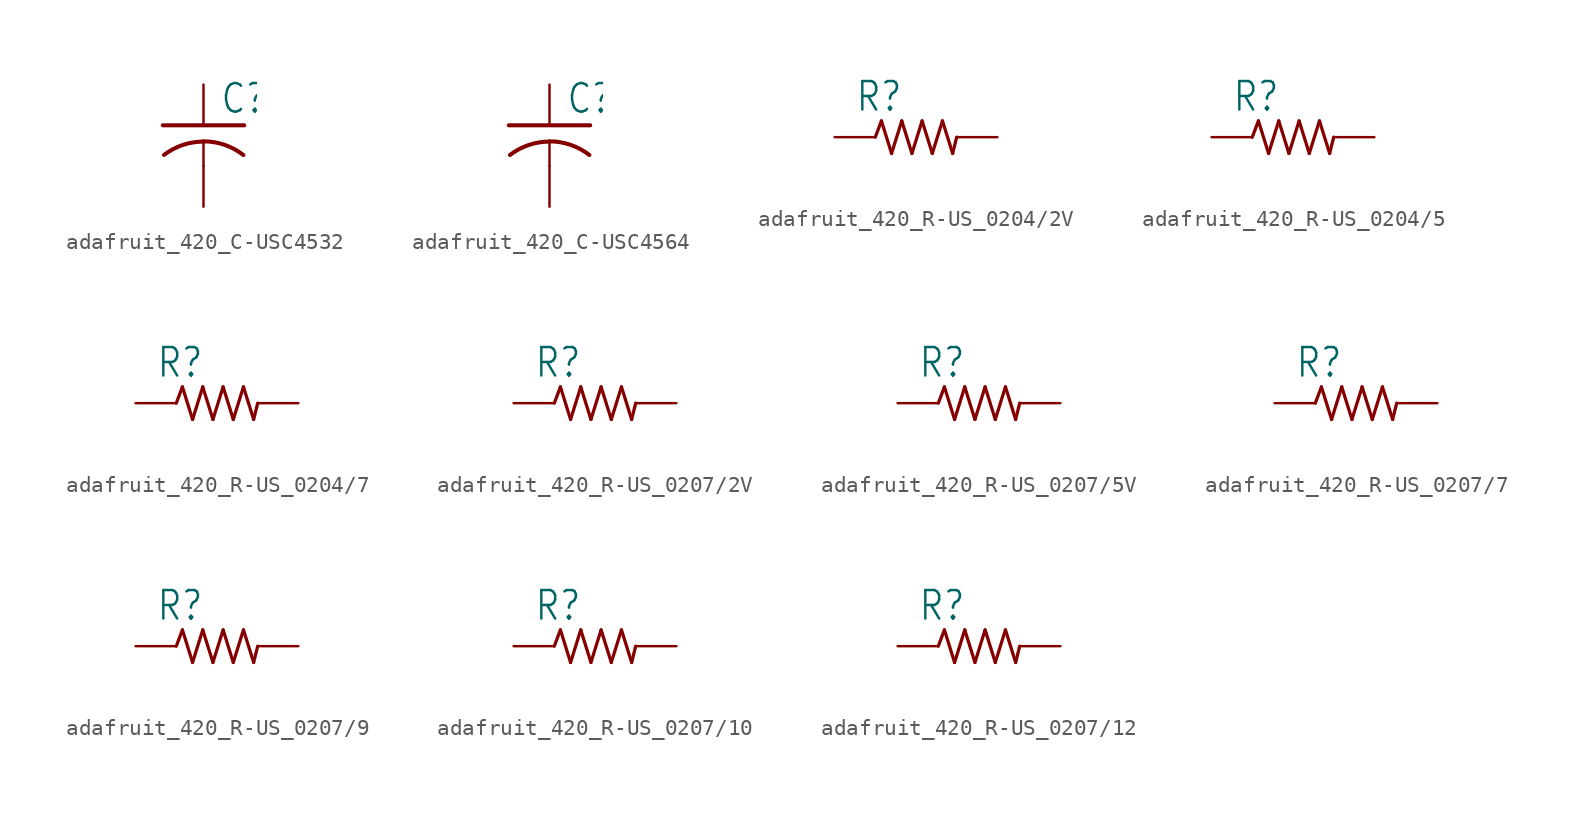
<source format=kicad_sym>
(kicad_symbol_lib
  (version 20241209)
  (generator "kicad_symbol_editor")
  (generator_version "9.0")
  (symbol "adafruit_420_C-USC4532"
    (property "Reference" "C"
      (at 1.016 0.635 0)
      (effects (font (size 1.778 1.511)) (justify left bottom)))
    (property "Value" ""
      (at 1.016 -4.191 0)
      (effects (font (size 1.778 1.511)) (justify left bottom)))
    (property "ki_locked" ""
      (at 0 0 0)
      (effects (font (size 1.27 1.27))))
    (symbol "adafruit_420_C-USC4532_1_0"
      (polyline (pts (xy -2.54 0) (xy 2.54 0)) (stroke (width 0.254) (type solid)) (fill (type none)))
      (polyline (pts (xy 0 -1.016) (xy 0 -2.54)) (stroke (width 0.152) (type solid)) (fill (type none)))
      (arc (start 0 -1) (mid 1.3158 -1.2195) (end 2.4892 -1.8541) (stroke (width 0.254) (type solid)) (fill (type none)))
      (arc (start -2.4668 -1.8504) (mid -1.302 -1.2303) (end 0 -1.0161) (stroke (width 0.254) (type solid)) (fill (type none)))
      (pin passive line (at 0 2.54 270) (length 2.54) (name "1" (effects (font (size 0 0)))) (number "1" (effects (font (size 0 0)))))
      (pin passive line (at 0 -5.08 90) (length 2.54) (name "2" (effects (font (size 0 0)))) (number "2" (effects (font (size 0 0)))))))
  (symbol "adafruit_420_C-USC4564"
    (property "Reference" "C"
      (at 1.016 0.635 0)
      (effects (font (size 1.778 1.511)) (justify left bottom)))
    (property "Value" ""
      (at 1.016 -4.191 0)
      (effects (font (size 1.778 1.511)) (justify left bottom)))
    (property "ki_locked" ""
      (at 0 0 0)
      (effects (font (size 1.27 1.27))))
    (symbol "adafruit_420_C-USC4564_1_0"
      (polyline (pts (xy -2.54 0) (xy 2.54 0)) (stroke (width 0.254) (type solid)) (fill (type none)))
      (polyline (pts (xy 0 -1.016) (xy 0 -2.54)) (stroke (width 0.152) (type solid)) (fill (type none)))
      (arc (start 0 -1) (mid 1.3158 -1.2195) (end 2.4892 -1.8541) (stroke (width 0.254) (type solid)) (fill (type none)))
      (arc (start -2.4668 -1.8504) (mid -1.302 -1.2303) (end 0 -1.0161) (stroke (width 0.254) (type solid)) (fill (type none)))
      (pin passive line (at 0 2.54 270) (length 2.54) (name "1" (effects (font (size 0 0)))) (number "1" (effects (font (size 0 0)))))
      (pin passive line (at 0 -5.08 90) (length 2.54) (name "2" (effects (font (size 0 0)))) (number "2" (effects (font (size 0 0)))))))
  (symbol "adafruit_420_R-US_0204/2V"
    (property "Reference" "R"
      (at -3.81 1.499 0)
      (effects (font (size 1.778 1.511)) (justify left bottom)))
    (property "Value" ""
      (at -3.81 -3.302 0)
      (effects (font (size 1.778 1.511)) (justify left bottom)))
    (property "ki_locked" ""
      (at 0 0 0)
      (effects (font (size 1.27 1.27))))
    (symbol "adafruit_420_R-US_0204/2V_1_0"
      (polyline (pts (xy -2.54 0) (xy -2.159 1.016)) (stroke (width 0.203) (type solid)) (fill (type none)))
      (polyline (pts (xy -2.159 1.016) (xy -1.524 -1.016)) (stroke (width 0.203) (type solid)) (fill (type none)))
      (polyline (pts (xy -1.524 -1.016) (xy -0.889 1.016)) (stroke (width 0.203) (type solid)) (fill (type none)))
      (polyline (pts (xy -0.889 1.016) (xy -0.254 -1.016)) (stroke (width 0.203) (type solid)) (fill (type none)))
      (polyline (pts (xy -0.254 -1.016) (xy 0.381 1.016)) (stroke (width 0.203) (type solid)) (fill (type none)))
      (polyline (pts (xy 0.381 1.016) (xy 1.016 -1.016)) (stroke (width 0.203) (type solid)) (fill (type none)))
      (polyline (pts (xy 1.016 -1.016) (xy 1.651 1.016)) (stroke (width 0.203) (type solid)) (fill (type none)))
      (polyline (pts (xy 1.651 1.016) (xy 2.286 -1.016)) (stroke (width 0.203) (type solid)) (fill (type none)))
      (polyline (pts (xy 2.286 -1.016) (xy 2.54 0)) (stroke (width 0.203) (type solid)) (fill (type none)))
      (pin passive line (at -5.08 0 0) (length 2.54) (name "1" (effects (font (size 0 0)))) (number "1" (effects (font (size 0 0)))))
      (pin passive line (at 5.08 0 180) (length 2.54) (name "2" (effects (font (size 0 0)))) (number "2" (effects (font (size 0 0)))))))
  (symbol "adafruit_420_R-US_0204/5"
    (property "Reference" "R"
      (at -3.81 1.499 0)
      (effects (font (size 1.778 1.511)) (justify left bottom)))
    (property "Value" ""
      (at -3.81 -3.302 0)
      (effects (font (size 1.778 1.511)) (justify left bottom)))
    (property "ki_locked" ""
      (at 0 0 0)
      (effects (font (size 1.27 1.27))))
    (symbol "adafruit_420_R-US_0204/5_1_0"
      (polyline (pts (xy -2.54 0) (xy -2.159 1.016)) (stroke (width 0.203) (type solid)) (fill (type none)))
      (polyline (pts (xy -2.159 1.016) (xy -1.524 -1.016)) (stroke (width 0.203) (type solid)) (fill (type none)))
      (polyline (pts (xy -1.524 -1.016) (xy -0.889 1.016)) (stroke (width 0.203) (type solid)) (fill (type none)))
      (polyline (pts (xy -0.889 1.016) (xy -0.254 -1.016)) (stroke (width 0.203) (type solid)) (fill (type none)))
      (polyline (pts (xy -0.254 -1.016) (xy 0.381 1.016)) (stroke (width 0.203) (type solid)) (fill (type none)))
      (polyline (pts (xy 0.381 1.016) (xy 1.016 -1.016)) (stroke (width 0.203) (type solid)) (fill (type none)))
      (polyline (pts (xy 1.016 -1.016) (xy 1.651 1.016)) (stroke (width 0.203) (type solid)) (fill (type none)))
      (polyline (pts (xy 1.651 1.016) (xy 2.286 -1.016)) (stroke (width 0.203) (type solid)) (fill (type none)))
      (polyline (pts (xy 2.286 -1.016) (xy 2.54 0)) (stroke (width 0.203) (type solid)) (fill (type none)))
      (pin passive line (at -5.08 0 0) (length 2.54) (name "1" (effects (font (size 0 0)))) (number "1" (effects (font (size 0 0)))))
      (pin passive line (at 5.08 0 180) (length 2.54) (name "2" (effects (font (size 0 0)))) (number "2" (effects (font (size 0 0)))))))
  (symbol "adafruit_420_R-US_0204/7"
    (property "Reference" "R"
      (at -3.81 1.499 0)
      (effects (font (size 1.778 1.511)) (justify left bottom)))
    (property "Value" ""
      (at -3.81 -3.302 0)
      (effects (font (size 1.778 1.511)) (justify left bottom)))
    (property "ki_locked" ""
      (at 0 0 0)
      (effects (font (size 1.27 1.27))))
    (symbol "adafruit_420_R-US_0204/7_1_0"
      (polyline (pts (xy -2.54 0) (xy -2.159 1.016)) (stroke (width 0.203) (type solid)) (fill (type none)))
      (polyline (pts (xy -2.159 1.016) (xy -1.524 -1.016)) (stroke (width 0.203) (type solid)) (fill (type none)))
      (polyline (pts (xy -1.524 -1.016) (xy -0.889 1.016)) (stroke (width 0.203) (type solid)) (fill (type none)))
      (polyline (pts (xy -0.889 1.016) (xy -0.254 -1.016)) (stroke (width 0.203) (type solid)) (fill (type none)))
      (polyline (pts (xy -0.254 -1.016) (xy 0.381 1.016)) (stroke (width 0.203) (type solid)) (fill (type none)))
      (polyline (pts (xy 0.381 1.016) (xy 1.016 -1.016)) (stroke (width 0.203) (type solid)) (fill (type none)))
      (polyline (pts (xy 1.016 -1.016) (xy 1.651 1.016)) (stroke (width 0.203) (type solid)) (fill (type none)))
      (polyline (pts (xy 1.651 1.016) (xy 2.286 -1.016)) (stroke (width 0.203) (type solid)) (fill (type none)))
      (polyline (pts (xy 2.286 -1.016) (xy 2.54 0)) (stroke (width 0.203) (type solid)) (fill (type none)))
      (pin passive line (at -5.08 0 0) (length 2.54) (name "1" (effects (font (size 0 0)))) (number "1" (effects (font (size 0 0)))))
      (pin passive line (at 5.08 0 180) (length 2.54) (name "2" (effects (font (size 0 0)))) (number "2" (effects (font (size 0 0)))))))
  (symbol "adafruit_420_R-US_0207/2V"
    (property "Reference" "R"
      (at -3.81 1.499 0)
      (effects (font (size 1.778 1.511)) (justify left bottom)))
    (property "Value" ""
      (at -3.81 -3.302 0)
      (effects (font (size 1.778 1.511)) (justify left bottom)))
    (property "ki_locked" ""
      (at 0 0 0)
      (effects (font (size 1.27 1.27))))
    (symbol "adafruit_420_R-US_0207/2V_1_0"
      (polyline (pts (xy -2.54 0) (xy -2.159 1.016)) (stroke (width 0.203) (type solid)) (fill (type none)))
      (polyline (pts (xy -2.159 1.016) (xy -1.524 -1.016)) (stroke (width 0.203) (type solid)) (fill (type none)))
      (polyline (pts (xy -1.524 -1.016) (xy -0.889 1.016)) (stroke (width 0.203) (type solid)) (fill (type none)))
      (polyline (pts (xy -0.889 1.016) (xy -0.254 -1.016)) (stroke (width 0.203) (type solid)) (fill (type none)))
      (polyline (pts (xy -0.254 -1.016) (xy 0.381 1.016)) (stroke (width 0.203) (type solid)) (fill (type none)))
      (polyline (pts (xy 0.381 1.016) (xy 1.016 -1.016)) (stroke (width 0.203) (type solid)) (fill (type none)))
      (polyline (pts (xy 1.016 -1.016) (xy 1.651 1.016)) (stroke (width 0.203) (type solid)) (fill (type none)))
      (polyline (pts (xy 1.651 1.016) (xy 2.286 -1.016)) (stroke (width 0.203) (type solid)) (fill (type none)))
      (polyline (pts (xy 2.286 -1.016) (xy 2.54 0)) (stroke (width 0.203) (type solid)) (fill (type none)))
      (pin passive line (at -5.08 0 0) (length 2.54) (name "1" (effects (font (size 0 0)))) (number "1" (effects (font (size 0 0)))))
      (pin passive line (at 5.08 0 180) (length 2.54) (name "2" (effects (font (size 0 0)))) (number "2" (effects (font (size 0 0)))))))
  (symbol "adafruit_420_R-US_0207/5V"
    (property "Reference" "R"
      (at -3.81 1.499 0)
      (effects (font (size 1.778 1.511)) (justify left bottom)))
    (property "Value" ""
      (at -3.81 -3.302 0)
      (effects (font (size 1.778 1.511)) (justify left bottom)))
    (property "ki_locked" ""
      (at 0 0 0)
      (effects (font (size 1.27 1.27))))
    (symbol "adafruit_420_R-US_0207/5V_1_0"
      (polyline (pts (xy -2.54 0) (xy -2.159 1.016)) (stroke (width 0.203) (type solid)) (fill (type none)))
      (polyline (pts (xy -2.159 1.016) (xy -1.524 -1.016)) (stroke (width 0.203) (type solid)) (fill (type none)))
      (polyline (pts (xy -1.524 -1.016) (xy -0.889 1.016)) (stroke (width 0.203) (type solid)) (fill (type none)))
      (polyline (pts (xy -0.889 1.016) (xy -0.254 -1.016)) (stroke (width 0.203) (type solid)) (fill (type none)))
      (polyline (pts (xy -0.254 -1.016) (xy 0.381 1.016)) (stroke (width 0.203) (type solid)) (fill (type none)))
      (polyline (pts (xy 0.381 1.016) (xy 1.016 -1.016)) (stroke (width 0.203) (type solid)) (fill (type none)))
      (polyline (pts (xy 1.016 -1.016) (xy 1.651 1.016)) (stroke (width 0.203) (type solid)) (fill (type none)))
      (polyline (pts (xy 1.651 1.016) (xy 2.286 -1.016)) (stroke (width 0.203) (type solid)) (fill (type none)))
      (polyline (pts (xy 2.286 -1.016) (xy 2.54 0)) (stroke (width 0.203) (type solid)) (fill (type none)))
      (pin passive line (at -5.08 0 0) (length 2.54) (name "1" (effects (font (size 0 0)))) (number "1" (effects (font (size 0 0)))))
      (pin passive line (at 5.08 0 180) (length 2.54) (name "2" (effects (font (size 0 0)))) (number "2" (effects (font (size 0 0)))))))
  (symbol "adafruit_420_R-US_0207/7"
    (property "Reference" "R"
      (at -3.81 1.499 0)
      (effects (font (size 1.778 1.511)) (justify left bottom)))
    (property "Value" ""
      (at -3.81 -3.302 0)
      (effects (font (size 1.778 1.511)) (justify left bottom)))
    (property "ki_locked" ""
      (at 0 0 0)
      (effects (font (size 1.27 1.27))))
    (symbol "adafruit_420_R-US_0207/7_1_0"
      (polyline (pts (xy -2.54 0) (xy -2.159 1.016)) (stroke (width 0.203) (type solid)) (fill (type none)))
      (polyline (pts (xy -2.159 1.016) (xy -1.524 -1.016)) (stroke (width 0.203) (type solid)) (fill (type none)))
      (polyline (pts (xy -1.524 -1.016) (xy -0.889 1.016)) (stroke (width 0.203) (type solid)) (fill (type none)))
      (polyline (pts (xy -0.889 1.016) (xy -0.254 -1.016)) (stroke (width 0.203) (type solid)) (fill (type none)))
      (polyline (pts (xy -0.254 -1.016) (xy 0.381 1.016)) (stroke (width 0.203) (type solid)) (fill (type none)))
      (polyline (pts (xy 0.381 1.016) (xy 1.016 -1.016)) (stroke (width 0.203) (type solid)) (fill (type none)))
      (polyline (pts (xy 1.016 -1.016) (xy 1.651 1.016)) (stroke (width 0.203) (type solid)) (fill (type none)))
      (polyline (pts (xy 1.651 1.016) (xy 2.286 -1.016)) (stroke (width 0.203) (type solid)) (fill (type none)))
      (polyline (pts (xy 2.286 -1.016) (xy 2.54 0)) (stroke (width 0.203) (type solid)) (fill (type none)))
      (pin passive line (at -5.08 0 0) (length 2.54) (name "1" (effects (font (size 0 0)))) (number "1" (effects (font (size 0 0)))))
      (pin passive line (at 5.08 0 180) (length 2.54) (name "2" (effects (font (size 0 0)))) (number "2" (effects (font (size 0 0)))))))
  (symbol "adafruit_420_R-US_0207/9"
    (property "Reference" "R"
      (at -3.81 1.499 0)
      (effects (font (size 1.778 1.511)) (justify left bottom)))
    (property "Value" ""
      (at -3.81 -3.302 0)
      (effects (font (size 1.778 1.511)) (justify left bottom)))
    (property "ki_locked" ""
      (at 0 0 0)
      (effects (font (size 1.27 1.27))))
    (symbol "adafruit_420_R-US_0207/9_1_0"
      (polyline (pts (xy -2.54 0) (xy -2.159 1.016)) (stroke (width 0.203) (type solid)) (fill (type none)))
      (polyline (pts (xy -2.159 1.016) (xy -1.524 -1.016)) (stroke (width 0.203) (type solid)) (fill (type none)))
      (polyline (pts (xy -1.524 -1.016) (xy -0.889 1.016)) (stroke (width 0.203) (type solid)) (fill (type none)))
      (polyline (pts (xy -0.889 1.016) (xy -0.254 -1.016)) (stroke (width 0.203) (type solid)) (fill (type none)))
      (polyline (pts (xy -0.254 -1.016) (xy 0.381 1.016)) (stroke (width 0.203) (type solid)) (fill (type none)))
      (polyline (pts (xy 0.381 1.016) (xy 1.016 -1.016)) (stroke (width 0.203) (type solid)) (fill (type none)))
      (polyline (pts (xy 1.016 -1.016) (xy 1.651 1.016)) (stroke (width 0.203) (type solid)) (fill (type none)))
      (polyline (pts (xy 1.651 1.016) (xy 2.286 -1.016)) (stroke (width 0.203) (type solid)) (fill (type none)))
      (polyline (pts (xy 2.286 -1.016) (xy 2.54 0)) (stroke (width 0.203) (type solid)) (fill (type none)))
      (pin passive line (at -5.08 0 0) (length 2.54) (name "1" (effects (font (size 0 0)))) (number "1" (effects (font (size 0 0)))))
      (pin passive line (at 5.08 0 180) (length 2.54) (name "2" (effects (font (size 0 0)))) (number "2" (effects (font (size 0 0)))))))
  (symbol "adafruit_420_R-US_0207/10"
    (property "Reference" "R"
      (at -3.81 1.499 0)
      (effects (font (size 1.778 1.511)) (justify left bottom)))
    (property "Value" ""
      (at -3.81 -3.302 0)
      (effects (font (size 1.778 1.511)) (justify left bottom)))
    (property "ki_locked" ""
      (at 0 0 0)
      (effects (font (size 1.27 1.27))))
    (symbol "adafruit_420_R-US_0207/10_1_0"
      (polyline (pts (xy -2.54 0) (xy -2.159 1.016)) (stroke (width 0.203) (type solid)) (fill (type none)))
      (polyline (pts (xy -2.159 1.016) (xy -1.524 -1.016)) (stroke (width 0.203) (type solid)) (fill (type none)))
      (polyline (pts (xy -1.524 -1.016) (xy -0.889 1.016)) (stroke (width 0.203) (type solid)) (fill (type none)))
      (polyline (pts (xy -0.889 1.016) (xy -0.254 -1.016)) (stroke (width 0.203) (type solid)) (fill (type none)))
      (polyline (pts (xy -0.254 -1.016) (xy 0.381 1.016)) (stroke (width 0.203) (type solid)) (fill (type none)))
      (polyline (pts (xy 0.381 1.016) (xy 1.016 -1.016)) (stroke (width 0.203) (type solid)) (fill (type none)))
      (polyline (pts (xy 1.016 -1.016) (xy 1.651 1.016)) (stroke (width 0.203) (type solid)) (fill (type none)))
      (polyline (pts (xy 1.651 1.016) (xy 2.286 -1.016)) (stroke (width 0.203) (type solid)) (fill (type none)))
      (polyline (pts (xy 2.286 -1.016) (xy 2.54 0)) (stroke (width 0.203) (type solid)) (fill (type none)))
      (pin passive line (at -5.08 0 0) (length 2.54) (name "1" (effects (font (size 0 0)))) (number "1" (effects (font (size 0 0)))))
      (pin passive line (at 5.08 0 180) (length 2.54) (name "2" (effects (font (size 0 0)))) (number "2" (effects (font (size 0 0)))))))
  (symbol "adafruit_420_R-US_0207/12"
    (property "Reference" "R"
      (at -3.81 1.499 0)
      (effects (font (size 1.778 1.511)) (justify left bottom)))
    (property "Value" ""
      (at -3.81 -3.302 0)
      (effects (font (size 1.778 1.511)) (justify left bottom)))
    (property "ki_locked" ""
      (at 0 0 0)
      (effects (font (size 1.27 1.27))))
    (symbol "adafruit_420_R-US_0207/12_1_0"
      (polyline (pts (xy -2.54 0) (xy -2.159 1.016)) (stroke (width 0.203) (type solid)) (fill (type none)))
      (polyline (pts (xy -2.159 1.016) (xy -1.524 -1.016)) (stroke (width 0.203) (type solid)) (fill (type none)))
      (polyline (pts (xy -1.524 -1.016) (xy -0.889 1.016)) (stroke (width 0.203) (type solid)) (fill (type none)))
      (polyline (pts (xy -0.889 1.016) (xy -0.254 -1.016)) (stroke (width 0.203) (type solid)) (fill (type none)))
      (polyline (pts (xy -0.254 -1.016) (xy 0.381 1.016)) (stroke (width 0.203) (type solid)) (fill (type none)))
      (polyline (pts (xy 0.381 1.016) (xy 1.016 -1.016)) (stroke (width 0.203) (type solid)) (fill (type none)))
      (polyline (pts (xy 1.016 -1.016) (xy 1.651 1.016)) (stroke (width 0.203) (type solid)) (fill (type none)))
      (polyline (pts (xy 1.651 1.016) (xy 2.286 -1.016)) (stroke (width 0.203) (type solid)) (fill (type none)))
      (polyline (pts (xy 2.286 -1.016) (xy 2.54 0)) (stroke (width 0.203) (type solid)) (fill (type none)))
      (pin passive line (at -5.08 0 0) (length 2.54) (name "1" (effects (font (size 0 0)))) (number "1" (effects (font (size 0 0)))))
      (pin passive line (at 5.08 0 180) (length 2.54) (name "2" (effects (font (size 0 0)))) (number "2" (effects (font (size 0 0))))))))
</source>
